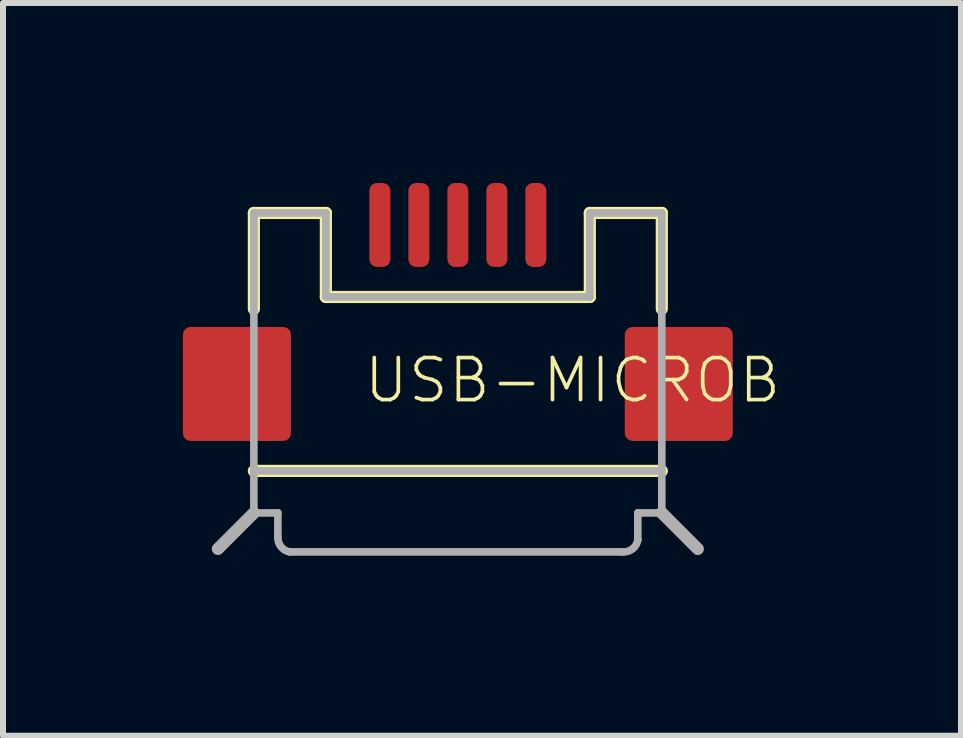
<source format=kicad_pcb>
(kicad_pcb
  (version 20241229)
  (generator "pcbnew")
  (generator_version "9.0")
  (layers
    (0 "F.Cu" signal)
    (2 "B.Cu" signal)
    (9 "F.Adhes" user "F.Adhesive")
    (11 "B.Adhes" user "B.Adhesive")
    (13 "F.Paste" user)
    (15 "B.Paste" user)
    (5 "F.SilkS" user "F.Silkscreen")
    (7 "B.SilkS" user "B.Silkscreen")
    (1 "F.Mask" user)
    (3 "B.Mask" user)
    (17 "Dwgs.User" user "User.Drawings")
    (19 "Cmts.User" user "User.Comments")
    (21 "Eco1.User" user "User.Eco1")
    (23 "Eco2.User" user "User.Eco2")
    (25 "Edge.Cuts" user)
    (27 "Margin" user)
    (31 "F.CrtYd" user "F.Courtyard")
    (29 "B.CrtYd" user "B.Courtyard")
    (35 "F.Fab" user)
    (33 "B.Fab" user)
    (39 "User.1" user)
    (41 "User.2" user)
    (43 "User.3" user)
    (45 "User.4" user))
  (footprint "USB-MICROB"
    (layer "F.Cu")
    (at 4.582 3.35)
    (property "Reference" "USB-MICROB" (at -1.6 0.35 0) (unlocked yes) (layer "F.SilkS") (effects (font (size 0.701 0.701) (thickness 0.061)) (justify left bottom)))
    (fp_line (start -3.4 -2.85) (end -2.2 -2.85) (stroke (width 0.203) (type solid)) (layer "F.SilkS"))
    (fp_line (start -3.4 -1.25) (end -3.4 -2.85) (stroke (width 0.203) (type solid)) (layer "F.SilkS"))
    (fp_line (start -3.4 1.45) (end 3.4 1.45) (stroke (width 0.203) (type solid)) (layer "F.SilkS"))
    (fp_line (start -2.2 -2.85) (end -2.2 -1.45) (stroke (width 0.203) (type solid)) (layer "F.SilkS"))
    (fp_line (start -2.2 -1.45) (end 2.2 -1.45) (stroke (width 0.203) (type solid)) (layer "F.SilkS"))
    (fp_line (start 2.2 -1.45) (end 2.2 -2.85) (stroke (width 0.203) (type solid)) (layer "F.SilkS"))
    (fp_line (start 3.4 -2.85) (end 2.2 -2.85) (stroke (width 0.203) (type solid)) (layer "F.SilkS"))
    (fp_line (start 3.4 -1.25) (end 3.4 -2.85) (stroke (width 0.203) (type solid)) (layer "F.SilkS"))
    (fp_line (start -3.4 -2.85) (end -2.2 -2.85) (stroke (width 0.127) (type solid)) (layer "F.Fab"))
    (fp_line (start -3.4 1.45) (end -3.4 -2.85) (stroke (width 0.127) (type solid)) (layer "F.Fab"))
    (fp_line (start -3.4 1.45) (end 3.4 1.45) (stroke (width 0.127) (type solid)) (layer "F.Fab"))
    (fp_line (start -3.4 2.15) (end -4 2.75) (stroke (width 0.203) (type solid)) (layer "F.Fab"))
    (fp_line (start -3.4 2.15) (end -3.4 1.45) (stroke (width 0.127) (type solid)) (layer "F.Fab"))
    (fp_line (start -3.4 2.15) (end -3 2.15) (stroke (width 0.127) (type solid)) (layer "F.Fab"))
    (fp_line (start -3 2.15) (end -3 2.55) (stroke (width 0.127) (type solid)) (layer "F.Fab"))
    (fp_line (start -2.8 2.8) (end 2.75 2.8) (stroke (width 0.127) (type solid)) (layer "F.Fab"))
    (fp_line (start -2.2 -1.45) (end -2.2 -2.85) (stroke (width 0.127) (type solid)) (layer "F.Fab"))
    (fp_line (start -2.2 -1.45) (end 2.2 -1.45) (stroke (width 0.127) (type solid)) (layer "F.Fab"))
    (fp_line (start 2.2 -1.45) (end 2.2 -2.85) (stroke (width 0.127) (type solid)) (layer "F.Fab"))
    (fp_line (start 3 2.15) (end 3.4 2.15) (stroke (width 0.127) (type solid)) (layer "F.Fab"))
    (fp_line (start 3 2.6) (end 3 2.15) (stroke (width 0.127) (type solid)) (layer "F.Fab"))
    (fp_line (start 3.4 -2.85) (end 2.2 -2.85) (stroke (width 0.127) (type solid)) (layer "F.Fab"))
    (fp_line (start 3.4 -2.85) (end 3.4 1.45) (stroke (width 0.127) (type solid)) (layer "F.Fab"))
    (fp_line (start 3.4 1.45) (end 3.4 2.15) (stroke (width 0.127) (type solid)) (layer "F.Fab"))
    (fp_line (start 3.4 2.15) (end 4 2.75) (stroke (width 0.203) (type solid)) (layer "F.Fab"))
    (fp_arc (start -2.799998 2.8) (mid -2.948325 2.713661) (end -3 2.55) (stroke (width 0.127) (type solid)) (layer "F.Fab"))
    (fp_arc (start 3 2.599998) (mid 2.913661 2.748325) (end 2.75 2.8) (stroke (width 0.127) (type solid)) (layer "F.Fab"))
    (pad "D+" smd roundrect (at 0 -2.65 90) (size 1.4 0.35) (layers "F.Cu" "F.Mask" "F.Paste") (roundrect_rratio 0.363))
    (pad "D-" smd roundrect (at -0.65 -2.65 90) (size 1.4 0.35) (layers "F.Cu" "F.Mask" "F.Paste") (roundrect_rratio 0.363))
    (pad "GND" smd roundrect (at 1.3 -2.65 90) (size 1.4 0.35) (layers "F.Cu" "F.Mask" "F.Paste") (roundrect_rratio 0.363))
    (pad "ID" smd roundrect (at 0.65 -2.65 90) (size 1.4 0.35) (layers "F.Cu" "F.Mask" "F.Paste") (roundrect_rratio 0.363))
    (pad "MT1" smd roundrect (at -3.683 0) (size 1.8 1.9) (layers "F.Cu" "F.Mask" "F.Paste") (roundrect_rratio 0.071))
    (pad "MT2" smd roundrect (at 3.683 0) (size 1.8 1.9) (layers "F.Cu" "F.Mask" "F.Paste") (roundrect_rratio 0.071))
    (pad "VBUS" smd roundrect (at -1.3 -2.65 90) (size 1.4 0.35) (layers "F.Cu" "F.Mask" "F.Paste") (roundrect_rratio 0.363)))
  (gr_rect
    (start -3 -3)
    (end 12.969 9.214)
    (stroke (width 0.1) (type default))
    (fill no)
    (layer "Edge.Cuts")))
</source>
